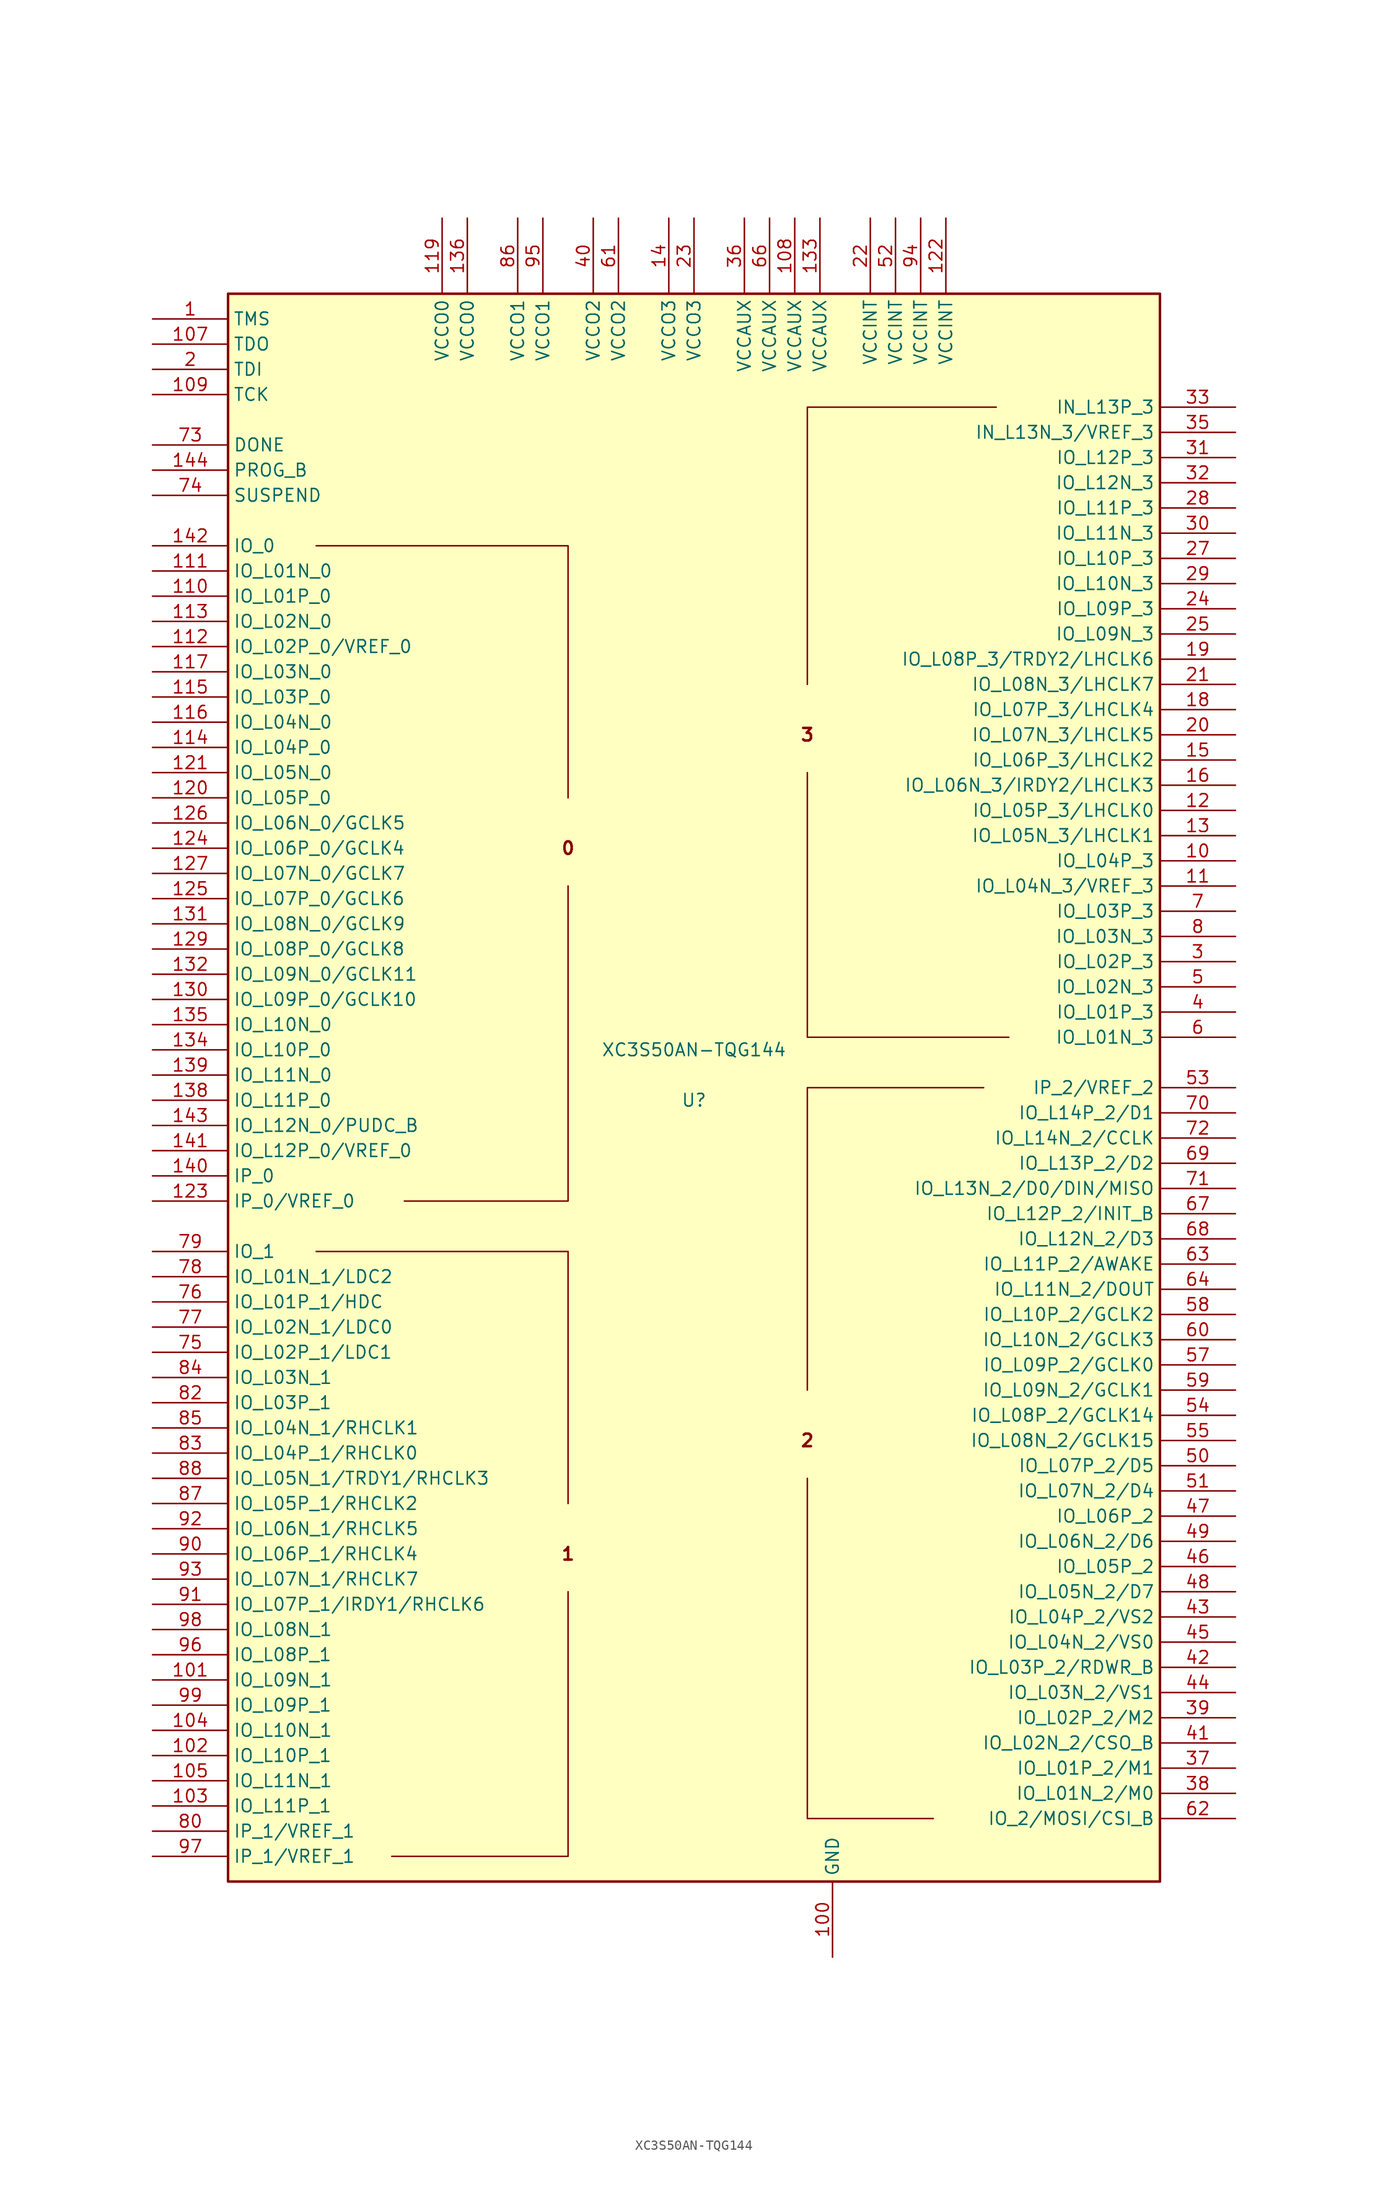
<source format=kicad_sym>
(kicad_symbol_lib
  (version 20231120)
  (generator "kicad_symbol_editor")
  (generator_version "8.0")
  (symbol "XC3S50AN-TQG144"
    (property "Reference" "U"
      (at 0 0 0)
      (effects (font (size 1.27 1.27))))
    (property "Value" "XC3S50AN-TQG144"
      (at 0 5.08 0)
      (effects (font (size 1.27 1.27))))
    (symbol "XC3S50AN-TQG144_0_0"
      (text "0" (at -12.7 25.4 0) (effects (font (size 1.27 1.27) (bold yes))))
      (text "1" (at -12.7 -45.72 0) (effects (font (size 1.27 1.27) (bold yes))))
      (text "2" (at 11.43 -34.29 0) (effects (font (size 1.27 1.27) (bold yes))))
      (text "3" (at 11.43 36.83 0) (effects (font (size 1.27 1.27) (bold yes)))))
    (symbol "XC3S50AN-TQG144_0_1"
      (rectangle (start -46.99 81.28) (end 46.99 -78.74) (stroke (width 0.254) (type default)) (fill (type background)))
      (polyline (pts (xy -38.1 55.88) (xy -12.7 55.88) (xy -12.7 30.48) (xy -12.7 30.48)) (stroke (width 0) (type default)) (fill (type none)))
      (polyline (pts (xy -29.21 -10.16) (xy -12.7 -10.16) (xy -12.7 21.59) (xy -12.7 21.59)) (stroke (width 0) (type default)) (fill (type none)))
      (polyline (pts (xy -12.7 -40.64) (xy -12.7 -15.24) (xy -38.1 -15.24) (xy -38.1 -15.24)) (stroke (width 0) (type default)) (fill (type none)))
      (polyline (pts (xy 24.13 -72.39) (xy 11.43 -72.39) (xy 11.43 -38.1) (xy 11.43 -38.1)) (stroke (width 0) (type default)) (fill (type none)))
      (polyline (pts (xy 29.21 1.27) (xy 11.43 1.27) (xy 11.43 -29.21) (xy 11.43 -29.21)) (stroke (width 0) (type default)) (fill (type none)))
      (polyline (pts (xy 30.48 69.85) (xy 11.43 69.85) (xy 11.43 41.91) (xy 11.43 41.91)) (stroke (width 0) (type default)) (fill (type none)))
      (polyline (pts (xy 31.75 6.35) (xy 11.43 6.35) (xy 11.43 33.02) (xy 11.43 33.02)) (stroke (width 0) (type default)) (fill (type none)))
      (polyline (pts (xy -30.48 -76.2) (xy -13.97 -76.2) (xy -12.7 -76.2) (xy -12.7 -49.53) (xy -12.7 -49.53)) (stroke (width 0) (type default)) (fill (type none))))
    (symbol "XC3S50AN-TQG144_1_1"
      (pin input line (at -54.61 78.74 0) (length 7.62) (name "TMS" (effects (font (size 1.27 1.27)))) (number "1" (effects (font (size 1.27 1.27)))))
      (pin bidirectional line (at 54.61 24.13 180) (length 7.62) (name "IO_L04P_3" (effects (font (size 1.27 1.27)))) (number "10" (effects (font (size 1.27 1.27)))))
      (pin power_in line (at 13.97 -86.36 90) (length 7.62) (name "GND" (effects (font (size 1.27 1.27)))) (number "100" (effects (font (size 1.27 1.27)))))
      (pin bidirectional line (at -54.61 -58.42 0) (length 7.62) (name "IO_L09N_1" (effects (font (size 1.27 1.27)))) (number "101" (effects (font (size 1.27 1.27)))))
      (pin bidirectional line (at -54.61 -66.04 0) (length 7.62) (name "IO_L10P_1" (effects (font (size 1.27 1.27)))) (number "102" (effects (font (size 1.27 1.27)))))
      (pin bidirectional line (at -54.61 -71.12 0) (length 7.62) (name "IO_L11P_1" (effects (font (size 1.27 1.27)))) (number "103" (effects (font (size 1.27 1.27)))))
      (pin bidirectional line (at -54.61 -63.5 0) (length 7.62) (name "IO_L10N_1" (effects (font (size 1.27 1.27)))) (number "104" (effects (font (size 1.27 1.27)))))
      (pin bidirectional line (at -54.61 -68.58 0) (length 7.62) (name "IO_L11N_1" (effects (font (size 1.27 1.27)))) (number "105" (effects (font (size 1.27 1.27)))))
      (pin passive line (at 13.97 -86.36 90) (length 7.62) hide (name "GND" (effects (font (size 1.27 1.27)))) (number "106" (effects (font (size 1.27 1.27)))))
      (pin output line (at -54.61 76.2 0) (length 7.62) (name "TDO" (effects (font (size 1.27 1.27)))) (number "107" (effects (font (size 1.27 1.27)))))
      (pin power_in line (at 10.16 88.9 270) (length 7.62) (name "VCCAUX" (effects (font (size 1.27 1.27)))) (number "108" (effects (font (size 1.27 1.27)))))
      (pin input line (at -54.61 71.12 0) (length 7.62) (name "TCK" (effects (font (size 1.27 1.27)))) (number "109" (effects (font (size 1.27 1.27)))))
      (pin bidirectional line (at 54.61 21.59 180) (length 7.62) (name "IO_L04N_3/VREF_3" (effects (font (size 1.27 1.27)))) (number "11" (effects (font (size 1.27 1.27)))))
      (pin bidirectional line (at -54.61 50.8 0) (length 7.62) (name "IO_L01P_0" (effects (font (size 1.27 1.27)))) (number "110" (effects (font (size 1.27 1.27)))))
      (pin bidirectional line (at -54.61 53.34 0) (length 7.62) (name "IO_L01N_0" (effects (font (size 1.27 1.27)))) (number "111" (effects (font (size 1.27 1.27)))))
      (pin bidirectional line (at -54.61 45.72 0) (length 7.62) (name "IO_L02P_0/VREF_0" (effects (font (size 1.27 1.27)))) (number "112" (effects (font (size 1.27 1.27)))))
      (pin bidirectional line (at -54.61 48.26 0) (length 7.62) (name "IO_L02N_0" (effects (font (size 1.27 1.27)))) (number "113" (effects (font (size 1.27 1.27)))))
      (pin bidirectional line (at -54.61 35.56 0) (length 7.62) (name "IO_L04P_0" (effects (font (size 1.27 1.27)))) (number "114" (effects (font (size 1.27 1.27)))))
      (pin bidirectional line (at -54.61 40.64 0) (length 7.62) (name "IO_L03P_0" (effects (font (size 1.27 1.27)))) (number "115" (effects (font (size 1.27 1.27)))))
      (pin bidirectional line (at -54.61 38.1 0) (length 7.62) (name "IO_L04N_0" (effects (font (size 1.27 1.27)))) (number "116" (effects (font (size 1.27 1.27)))))
      (pin bidirectional line (at -54.61 43.18 0) (length 7.62) (name "IO_L03N_0" (effects (font (size 1.27 1.27)))) (number "117" (effects (font (size 1.27 1.27)))))
      (pin passive line (at 13.97 -86.36 90) (length 7.62) hide (name "GND" (effects (font (size 1.27 1.27)))) (number "118" (effects (font (size 1.27 1.27)))))
      (pin power_in line (at -25.4 88.9 270) (length 7.62) (name "VCCO0" (effects (font (size 1.27 1.27)))) (number "119" (effects (font (size 1.27 1.27)))))
      (pin bidirectional line (at 54.61 29.21 180) (length 7.62) (name "IO_L05P_3/LHCLK0" (effects (font (size 1.27 1.27)))) (number "12" (effects (font (size 1.27 1.27)))))
      (pin bidirectional line (at -54.61 30.48 0) (length 7.62) (name "IO_L05P_0" (effects (font (size 1.27 1.27)))) (number "120" (effects (font (size 1.27 1.27)))))
      (pin bidirectional line (at -54.61 33.02 0) (length 7.62) (name "IO_L05N_0" (effects (font (size 1.27 1.27)))) (number "121" (effects (font (size 1.27 1.27)))))
      (pin power_in line (at 25.4 88.9 270) (length 7.62) (name "VCCINT" (effects (font (size 1.27 1.27)))) (number "122" (effects (font (size 1.27 1.27)))))
      (pin input line (at -54.61 -10.16 0) (length 7.62) (name "IP_0/VREF_0" (effects (font (size 1.27 1.27)))) (number "123" (effects (font (size 1.27 1.27)))))
      (pin bidirectional line (at -54.61 25.4 0) (length 7.62) (name "IO_L06P_0/GCLK4" (effects (font (size 1.27 1.27)))) (number "124" (effects (font (size 1.27 1.27)))))
      (pin bidirectional line (at -54.61 20.32 0) (length 7.62) (name "IO_L07P_0/GCLK6" (effects (font (size 1.27 1.27)))) (number "125" (effects (font (size 1.27 1.27)))))
      (pin bidirectional line (at -54.61 27.94 0) (length 7.62) (name "IO_L06N_0/GCLK5" (effects (font (size 1.27 1.27)))) (number "126" (effects (font (size 1.27 1.27)))))
      (pin bidirectional line (at -54.61 22.86 0) (length 7.62) (name "IO_L07N_0/GCLK7" (effects (font (size 1.27 1.27)))) (number "127" (effects (font (size 1.27 1.27)))))
      (pin passive line (at 13.97 -86.36 90) (length 7.62) hide (name "GND" (effects (font (size 1.27 1.27)))) (number "128" (effects (font (size 1.27 1.27)))))
      (pin bidirectional line (at -54.61 15.24 0) (length 7.62) (name "IO_L08P_0/GCLK8" (effects (font (size 1.27 1.27)))) (number "129" (effects (font (size 1.27 1.27)))))
      (pin bidirectional line (at 54.61 26.67 180) (length 7.62) (name "IO_L05N_3/LHCLK1" (effects (font (size 1.27 1.27)))) (number "13" (effects (font (size 1.27 1.27)))))
      (pin bidirectional line (at -54.61 10.16 0) (length 7.62) (name "IO_L09P_0/GCLK10" (effects (font (size 1.27 1.27)))) (number "130" (effects (font (size 1.27 1.27)))))
      (pin bidirectional line (at -54.61 17.78 0) (length 7.62) (name "IO_L08N_0/GCLK9" (effects (font (size 1.27 1.27)))) (number "131" (effects (font (size 1.27 1.27)))))
      (pin bidirectional line (at -54.61 12.7 0) (length 7.62) (name "IO_L09N_0/GCLK11" (effects (font (size 1.27 1.27)))) (number "132" (effects (font (size 1.27 1.27)))))
      (pin power_in line (at 12.7 88.9 270) (length 7.62) (name "VCCAUX" (effects (font (size 1.27 1.27)))) (number "133" (effects (font (size 1.27 1.27)))))
      (pin bidirectional line (at -54.61 5.08 0) (length 7.62) (name "IO_L10P_0" (effects (font (size 1.27 1.27)))) (number "134" (effects (font (size 1.27 1.27)))))
      (pin bidirectional line (at -54.61 7.62 0) (length 7.62) (name "IO_L10N_0" (effects (font (size 1.27 1.27)))) (number "135" (effects (font (size 1.27 1.27)))))
      (pin power_in line (at -22.86 88.9 270) (length 7.62) (name "VCCO0" (effects (font (size 1.27 1.27)))) (number "136" (effects (font (size 1.27 1.27)))))
      (pin passive line (at 13.97 -86.36 90) (length 7.62) hide (name "GND" (effects (font (size 1.27 1.27)))) (number "137" (effects (font (size 1.27 1.27)))))
      (pin bidirectional line (at -54.61 0 0) (length 7.62) (name "IO_L11P_0" (effects (font (size 1.27 1.27)))) (number "138" (effects (font (size 1.27 1.27)))))
      (pin bidirectional line (at -54.61 2.54 0) (length 7.62) (name "IO_L11N_0" (effects (font (size 1.27 1.27)))) (number "139" (effects (font (size 1.27 1.27)))))
      (pin passive line (at -2.54 88.9 270) (length 7.62) (name "VCCO3" (effects (font (size 1.27 1.27)))) (number "14" (effects (font (size 1.27 1.27)))))
      (pin input line (at -54.61 -7.62 0) (length 7.62) (name "IP_0" (effects (font (size 1.27 1.27)))) (number "140" (effects (font (size 1.27 1.27)))))
      (pin bidirectional line (at -54.61 -5.08 0) (length 7.62) (name "IO_L12P_0/VREF_0" (effects (font (size 1.27 1.27)))) (number "141" (effects (font (size 1.27 1.27)))))
      (pin bidirectional line (at -54.61 55.88 0) (length 7.62) (name "IO_0" (effects (font (size 1.27 1.27)))) (number "142" (effects (font (size 1.27 1.27)))))
      (pin bidirectional line (at -54.61 -2.54 0) (length 7.62) (name "IO_L12N_0/PUDC_B" (effects (font (size 1.27 1.27)))) (number "143" (effects (font (size 1.27 1.27)))))
      (pin bidirectional line (at -54.61 63.5 0) (length 7.62) (name "PROG_B" (effects (font (size 1.27 1.27)))) (number "144" (effects (font (size 1.27 1.27)))))
      (pin bidirectional line (at 54.61 34.29 180) (length 7.62) (name "IO_L06P_3/LHCLK2" (effects (font (size 1.27 1.27)))) (number "15" (effects (font (size 1.27 1.27)))))
      (pin bidirectional line (at 54.61 31.75 180) (length 7.62) (name "IO_L06N_3/IRDY2/LHCLK3" (effects (font (size 1.27 1.27)))) (number "16" (effects (font (size 1.27 1.27)))))
      (pin passive line (at 13.97 -86.36 90) (length 7.62) hide (name "GND" (effects (font (size 1.27 1.27)))) (number "17" (effects (font (size 1.27 1.27)))))
      (pin bidirectional line (at 54.61 39.37 180) (length 7.62) (name "IO_L07P_3/LHCLK4" (effects (font (size 1.27 1.27)))) (number "18" (effects (font (size 1.27 1.27)))))
      (pin bidirectional line (at 54.61 44.45 180) (length 7.62) (name "IO_L08P_3/TRDY2/LHCLK6" (effects (font (size 1.27 1.27)))) (number "19" (effects (font (size 1.27 1.27)))))
      (pin input line (at -54.61 73.66 0) (length 7.62) (name "TDI" (effects (font (size 1.27 1.27)))) (number "2" (effects (font (size 1.27 1.27)))))
      (pin bidirectional line (at 54.61 36.83 180) (length 7.62) (name "IO_L07N_3/LHCLK5" (effects (font (size 1.27 1.27)))) (number "20" (effects (font (size 1.27 1.27)))))
      (pin bidirectional line (at 54.61 41.91 180) (length 7.62) (name "IO_L08N_3/LHCLK7" (effects (font (size 1.27 1.27)))) (number "21" (effects (font (size 1.27 1.27)))))
      (pin power_in line (at 17.78 88.9 270) (length 7.62) (name "VCCINT" (effects (font (size 1.27 1.27)))) (number "22" (effects (font (size 1.27 1.27)))))
      (pin power_in line (at 0 88.9 270) (length 7.62) (name "VCCO3" (effects (font (size 1.27 1.27)))) (number "23" (effects (font (size 1.27 1.27)))))
      (pin bidirectional line (at 54.61 49.53 180) (length 7.62) (name "IO_L09P_3" (effects (font (size 1.27 1.27)))) (number "24" (effects (font (size 1.27 1.27)))))
      (pin bidirectional line (at 54.61 46.99 180) (length 7.62) (name "IO_L09N_3" (effects (font (size 1.27 1.27)))) (number "25" (effects (font (size 1.27 1.27)))))
      (pin passive line (at 13.97 -86.36 90) (length 7.62) hide (name "GND" (effects (font (size 1.27 1.27)))) (number "26" (effects (font (size 1.27 1.27)))))
      (pin bidirectional line (at 54.61 54.61 180) (length 7.62) (name "IO_L10P_3" (effects (font (size 1.27 1.27)))) (number "27" (effects (font (size 1.27 1.27)))))
      (pin bidirectional line (at 54.61 59.69 180) (length 7.62) (name "IO_L11P_3" (effects (font (size 1.27 1.27)))) (number "28" (effects (font (size 1.27 1.27)))))
      (pin bidirectional line (at 54.61 52.07 180) (length 7.62) (name "IO_L10N_3" (effects (font (size 1.27 1.27)))) (number "29" (effects (font (size 1.27 1.27)))))
      (pin bidirectional line (at 54.61 13.97 180) (length 7.62) (name "IO_L02P_3" (effects (font (size 1.27 1.27)))) (number "3" (effects (font (size 1.27 1.27)))))
      (pin bidirectional line (at 54.61 57.15 180) (length 7.62) (name "IO_L11N_3" (effects (font (size 1.27 1.27)))) (number "30" (effects (font (size 1.27 1.27)))))
      (pin bidirectional line (at 54.61 64.77 180) (length 7.62) (name "IO_L12P_3" (effects (font (size 1.27 1.27)))) (number "31" (effects (font (size 1.27 1.27)))))
      (pin bidirectional line (at 54.61 62.23 180) (length 7.62) (name "IO_L12N_3" (effects (font (size 1.27 1.27)))) (number "32" (effects (font (size 1.27 1.27)))))
      (pin input line (at 54.61 69.85 180) (length 7.62) (name "IN_L13P_3" (effects (font (size 1.27 1.27)))) (number "33" (effects (font (size 1.27 1.27)))))
      (pin passive line (at 13.97 -86.36 90) (length 7.62) hide (name "GND" (effects (font (size 1.27 1.27)))) (number "34" (effects (font (size 1.27 1.27)))))
      (pin input line (at 54.61 67.31 180) (length 7.62) (name "IN_L13N_3/VREF_3" (effects (font (size 1.27 1.27)))) (number "35" (effects (font (size 1.27 1.27)))))
      (pin power_in line (at 5.08 88.9 270) (length 7.62) (name "VCCAUX" (effects (font (size 1.27 1.27)))) (number "36" (effects (font (size 1.27 1.27)))))
      (pin bidirectional line (at 54.61 -67.31 180) (length 7.62) (name "IO_L01P_2/M1" (effects (font (size 1.27 1.27)))) (number "37" (effects (font (size 1.27 1.27)))))
      (pin bidirectional line (at 54.61 -69.85 180) (length 7.62) (name "IO_L01N_2/M0" (effects (font (size 1.27 1.27)))) (number "38" (effects (font (size 1.27 1.27)))))
      (pin bidirectional line (at 54.61 -62.23 180) (length 7.62) (name "IO_L02P_2/M2" (effects (font (size 1.27 1.27)))) (number "39" (effects (font (size 1.27 1.27)))))
      (pin bidirectional line (at 54.61 8.89 180) (length 7.62) (name "IO_L01P_3" (effects (font (size 1.27 1.27)))) (number "4" (effects (font (size 1.27 1.27)))))
      (pin power_in line (at -10.16 88.9 270) (length 7.62) (name "VCCO2" (effects (font (size 1.27 1.27)))) (number "40" (effects (font (size 1.27 1.27)))))
      (pin bidirectional line (at 54.61 -64.77 180) (length 7.62) (name "IO_L02N_2/CSO_B" (effects (font (size 1.27 1.27)))) (number "41" (effects (font (size 1.27 1.27)))))
      (pin bidirectional line (at 54.61 -57.15 180) (length 7.62) (name "IO_L03P_2/RDWR_B" (effects (font (size 1.27 1.27)))) (number "42" (effects (font (size 1.27 1.27)))))
      (pin bidirectional line (at 54.61 -52.07 180) (length 7.62) (name "IO_L04P_2/VS2" (effects (font (size 1.27 1.27)))) (number "43" (effects (font (size 1.27 1.27)))))
      (pin bidirectional line (at 54.61 -59.69 180) (length 7.62) (name "IO_L03N_2/VS1" (effects (font (size 1.27 1.27)))) (number "44" (effects (font (size 1.27 1.27)))))
      (pin bidirectional line (at 54.61 -54.61 180) (length 7.62) (name "IO_L04N_2/VS0" (effects (font (size 1.27 1.27)))) (number "45" (effects (font (size 1.27 1.27)))))
      (pin bidirectional line (at 54.61 -46.99 180) (length 7.62) (name "IO_L05P_2" (effects (font (size 1.27 1.27)))) (number "46" (effects (font (size 1.27 1.27)))))
      (pin bidirectional line (at 54.61 -41.91 180) (length 7.62) (name "IO_L06P_2" (effects (font (size 1.27 1.27)))) (number "47" (effects (font (size 1.27 1.27)))))
      (pin bidirectional line (at 54.61 -49.53 180) (length 7.62) (name "IO_L05N_2/D7" (effects (font (size 1.27 1.27)))) (number "48" (effects (font (size 1.27 1.27)))))
      (pin bidirectional line (at 54.61 -44.45 180) (length 7.62) (name "IO_L06N_2/D6" (effects (font (size 1.27 1.27)))) (number "49" (effects (font (size 1.27 1.27)))))
      (pin bidirectional line (at 54.61 11.43 180) (length 7.62) (name "IO_L02N_3" (effects (font (size 1.27 1.27)))) (number "5" (effects (font (size 1.27 1.27)))))
      (pin bidirectional line (at 54.61 -36.83 180) (length 7.62) (name "IO_L07P_2/D5" (effects (font (size 1.27 1.27)))) (number "50" (effects (font (size 1.27 1.27)))))
      (pin bidirectional line (at 54.61 -39.37 180) (length 7.62) (name "IO_L07N_2/D4" (effects (font (size 1.27 1.27)))) (number "51" (effects (font (size 1.27 1.27)))))
      (pin power_in line (at 20.32 88.9 270) (length 7.62) (name "VCCINT" (effects (font (size 1.27 1.27)))) (number "52" (effects (font (size 1.27 1.27)))))
      (pin input line (at 54.61 1.27 180) (length 7.62) (name "IP_2/VREF_2" (effects (font (size 1.27 1.27)))) (number "53" (effects (font (size 1.27 1.27)))))
      (pin bidirectional line (at 54.61 -31.75 180) (length 7.62) (name "IO_L08P_2/GCLK14" (effects (font (size 1.27 1.27)))) (number "54" (effects (font (size 1.27 1.27)))))
      (pin bidirectional line (at 54.61 -34.29 180) (length 7.62) (name "IO_L08N_2/GCLK15" (effects (font (size 1.27 1.27)))) (number "55" (effects (font (size 1.27 1.27)))))
      (pin passive line (at 13.97 -86.36 90) (length 7.62) hide (name "GND" (effects (font (size 1.27 1.27)))) (number "56" (effects (font (size 1.27 1.27)))))
      (pin bidirectional line (at 54.61 -26.67 180) (length 7.62) (name "IO_L09P_2/GCLK0" (effects (font (size 1.27 1.27)))) (number "57" (effects (font (size 1.27 1.27)))))
      (pin bidirectional line (at 54.61 -21.59 180) (length 7.62) (name "IO_L10P_2/GCLK2" (effects (font (size 1.27 1.27)))) (number "58" (effects (font (size 1.27 1.27)))))
      (pin bidirectional line (at 54.61 -29.21 180) (length 7.62) (name "IO_L09N_2/GCLK1" (effects (font (size 1.27 1.27)))) (number "59" (effects (font (size 1.27 1.27)))))
      (pin bidirectional line (at 54.61 6.35 180) (length 7.62) (name "IO_L01N_3" (effects (font (size 1.27 1.27)))) (number "6" (effects (font (size 1.27 1.27)))))
      (pin bidirectional line (at 54.61 -24.13 180) (length 7.62) (name "IO_L10N_2/GCLK3" (effects (font (size 1.27 1.27)))) (number "60" (effects (font (size 1.27 1.27)))))
      (pin power_in line (at -7.62 88.9 270) (length 7.62) (name "VCCO2" (effects (font (size 1.27 1.27)))) (number "61" (effects (font (size 1.27 1.27)))))
      (pin bidirectional line (at 54.61 -72.39 180) (length 7.62) (name "IO_2/MOSI/CSI_B" (effects (font (size 1.27 1.27)))) (number "62" (effects (font (size 1.27 1.27)))))
      (pin bidirectional line (at 54.61 -16.51 180) (length 7.62) (name "IO_L11P_2/AWAKE" (effects (font (size 1.27 1.27)))) (number "63" (effects (font (size 1.27 1.27)))))
      (pin bidirectional line (at 54.61 -19.05 180) (length 7.62) (name "IO_L11N_2/DOUT" (effects (font (size 1.27 1.27)))) (number "64" (effects (font (size 1.27 1.27)))))
      (pin passive line (at 13.97 -86.36 90) (length 7.62) hide (name "GND" (effects (font (size 1.27 1.27)))) (number "65" (effects (font (size 1.27 1.27)))))
      (pin power_in line (at 7.62 88.9 270) (length 7.62) (name "VCCAUX" (effects (font (size 1.27 1.27)))) (number "66" (effects (font (size 1.27 1.27)))))
      (pin bidirectional line (at 54.61 -11.43 180) (length 7.62) (name "IO_L12P_2/INIT_B" (effects (font (size 1.27 1.27)))) (number "67" (effects (font (size 1.27 1.27)))))
      (pin bidirectional line (at 54.61 -13.97 180) (length 7.62) (name "IO_L12N_2/D3" (effects (font (size 1.27 1.27)))) (number "68" (effects (font (size 1.27 1.27)))))
      (pin bidirectional line (at 54.61 -6.35 180) (length 7.62) (name "IO_L13P_2/D2" (effects (font (size 1.27 1.27)))) (number "69" (effects (font (size 1.27 1.27)))))
      (pin bidirectional line (at 54.61 19.05 180) (length 7.62) (name "IO_L03P_3" (effects (font (size 1.27 1.27)))) (number "7" (effects (font (size 1.27 1.27)))))
      (pin bidirectional line (at 54.61 -1.27 180) (length 7.62) (name "IO_L14P_2/D1" (effects (font (size 1.27 1.27)))) (number "70" (effects (font (size 1.27 1.27)))))
      (pin bidirectional line (at 54.61 -8.89 180) (length 7.62) (name "IO_L13N_2/D0/DIN/MISO" (effects (font (size 1.27 1.27)))) (number "71" (effects (font (size 1.27 1.27)))))
      (pin bidirectional line (at 54.61 -3.81 180) (length 7.62) (name "IO_L14N_2/CCLK" (effects (font (size 1.27 1.27)))) (number "72" (effects (font (size 1.27 1.27)))))
      (pin bidirectional line (at -54.61 66.04 0) (length 7.62) (name "DONE" (effects (font (size 1.27 1.27)))) (number "73" (effects (font (size 1.27 1.27)))))
      (pin input line (at -54.61 60.96 0) (length 7.62) (name "SUSPEND" (effects (font (size 1.27 1.27)))) (number "74" (effects (font (size 1.27 1.27)))))
      (pin bidirectional line (at -54.61 -25.4 0) (length 7.62) (name "IO_L02P_1/LDC1" (effects (font (size 1.27 1.27)))) (number "75" (effects (font (size 1.27 1.27)))))
      (pin bidirectional line (at -54.61 -20.32 0) (length 7.62) (name "IO_L01P_1/HDC" (effects (font (size 1.27 1.27)))) (number "76" (effects (font (size 1.27 1.27)))))
      (pin bidirectional line (at -54.61 -22.86 0) (length 7.62) (name "IO_L02N_1/LDC0" (effects (font (size 1.27 1.27)))) (number "77" (effects (font (size 1.27 1.27)))))
      (pin bidirectional line (at -54.61 -17.78 0) (length 7.62) (name "IO_L01N_1/LDC2" (effects (font (size 1.27 1.27)))) (number "78" (effects (font (size 1.27 1.27)))))
      (pin bidirectional line (at -54.61 -15.24 0) (length 7.62) (name "IO_1" (effects (font (size 1.27 1.27)))) (number "79" (effects (font (size 1.27 1.27)))))
      (pin bidirectional line (at 54.61 16.51 180) (length 7.62) (name "IO_L03N_3" (effects (font (size 1.27 1.27)))) (number "8" (effects (font (size 1.27 1.27)))))
      (pin input line (at -54.61 -73.66 0) (length 7.62) (name "IP_1/VREF_1" (effects (font (size 1.27 1.27)))) (number "80" (effects (font (size 1.27 1.27)))))
      (pin passive line (at 13.97 -86.36 90) (length 7.62) hide (name "GND" (effects (font (size 1.27 1.27)))) (number "81" (effects (font (size 1.27 1.27)))))
      (pin bidirectional line (at -54.61 -30.48 0) (length 7.62) (name "IO_L03P_1" (effects (font (size 1.27 1.27)))) (number "82" (effects (font (size 1.27 1.27)))))
      (pin bidirectional line (at -54.61 -35.56 0) (length 7.62) (name "IO_L04P_1/RHCLK0" (effects (font (size 1.27 1.27)))) (number "83" (effects (font (size 1.27 1.27)))))
      (pin bidirectional line (at -54.61 -27.94 0) (length 7.62) (name "IO_L03N_1" (effects (font (size 1.27 1.27)))) (number "84" (effects (font (size 1.27 1.27)))))
      (pin bidirectional line (at -54.61 -33.02 0) (length 7.62) (name "IO_L04N_1/RHCLK1" (effects (font (size 1.27 1.27)))) (number "85" (effects (font (size 1.27 1.27)))))
      (pin power_in line (at -17.78 88.9 270) (length 7.62) (name "VCCO1" (effects (font (size 1.27 1.27)))) (number "86" (effects (font (size 1.27 1.27)))))
      (pin bidirectional line (at -54.61 -40.64 0) (length 7.62) (name "IO_L05P_1/RHCLK2" (effects (font (size 1.27 1.27)))) (number "87" (effects (font (size 1.27 1.27)))))
      (pin bidirectional line (at -54.61 -38.1 0) (length 7.62) (name "IO_L05N_1/TRDY1/RHCLK3" (effects (font (size 1.27 1.27)))) (number "88" (effects (font (size 1.27 1.27)))))
      (pin passive line (at 13.97 -86.36 90) (length 7.62) hide (name "GND" (effects (font (size 1.27 1.27)))) (number "89" (effects (font (size 1.27 1.27)))))
      (pin passive line (at 13.97 -86.36 90) (length 7.62) hide (name "GND" (effects (font (size 1.27 1.27)))) (number "9" (effects (font (size 1.27 1.27)))))
      (pin bidirectional line (at -54.61 -45.72 0) (length 7.62) (name "IO_L06P_1/RHCLK4" (effects (font (size 1.27 1.27)))) (number "90" (effects (font (size 1.27 1.27)))))
      (pin bidirectional line (at -54.61 -50.8 0) (length 7.62) (name "IO_L07P_1/IRDY1/RHCLK6" (effects (font (size 1.27 1.27)))) (number "91" (effects (font (size 1.27 1.27)))))
      (pin bidirectional line (at -54.61 -43.18 0) (length 7.62) (name "IO_L06N_1/RHCLK5" (effects (font (size 1.27 1.27)))) (number "92" (effects (font (size 1.27 1.27)))))
      (pin bidirectional line (at -54.61 -48.26 0) (length 7.62) (name "IO_L07N_1/RHCLK7" (effects (font (size 1.27 1.27)))) (number "93" (effects (font (size 1.27 1.27)))))
      (pin power_in line (at 22.86 88.9 270) (length 7.62) (name "VCCINT" (effects (font (size 1.27 1.27)))) (number "94" (effects (font (size 1.27 1.27)))))
      (pin power_in line (at -15.24 88.9 270) (length 7.62) (name "VCCO1" (effects (font (size 1.27 1.27)))) (number "95" (effects (font (size 1.27 1.27)))))
      (pin bidirectional line (at -54.61 -55.88 0) (length 7.62) (name "IO_L08P_1" (effects (font (size 1.27 1.27)))) (number "96" (effects (font (size 1.27 1.27)))))
      (pin input line (at -54.61 -76.2 0) (length 7.62) (name "IP_1/VREF_1" (effects (font (size 1.27 1.27)))) (number "97" (effects (font (size 1.27 1.27)))))
      (pin bidirectional line (at -54.61 -53.34 0) (length 7.62) (name "IO_L08N_1" (effects (font (size 1.27 1.27)))) (number "98" (effects (font (size 1.27 1.27)))))
      (pin bidirectional line (at -54.61 -60.96 0) (length 7.62) (name "IO_L09P_1" (effects (font (size 1.27 1.27)))) (number "99" (effects (font (size 1.27 1.27))))))))
</source>
